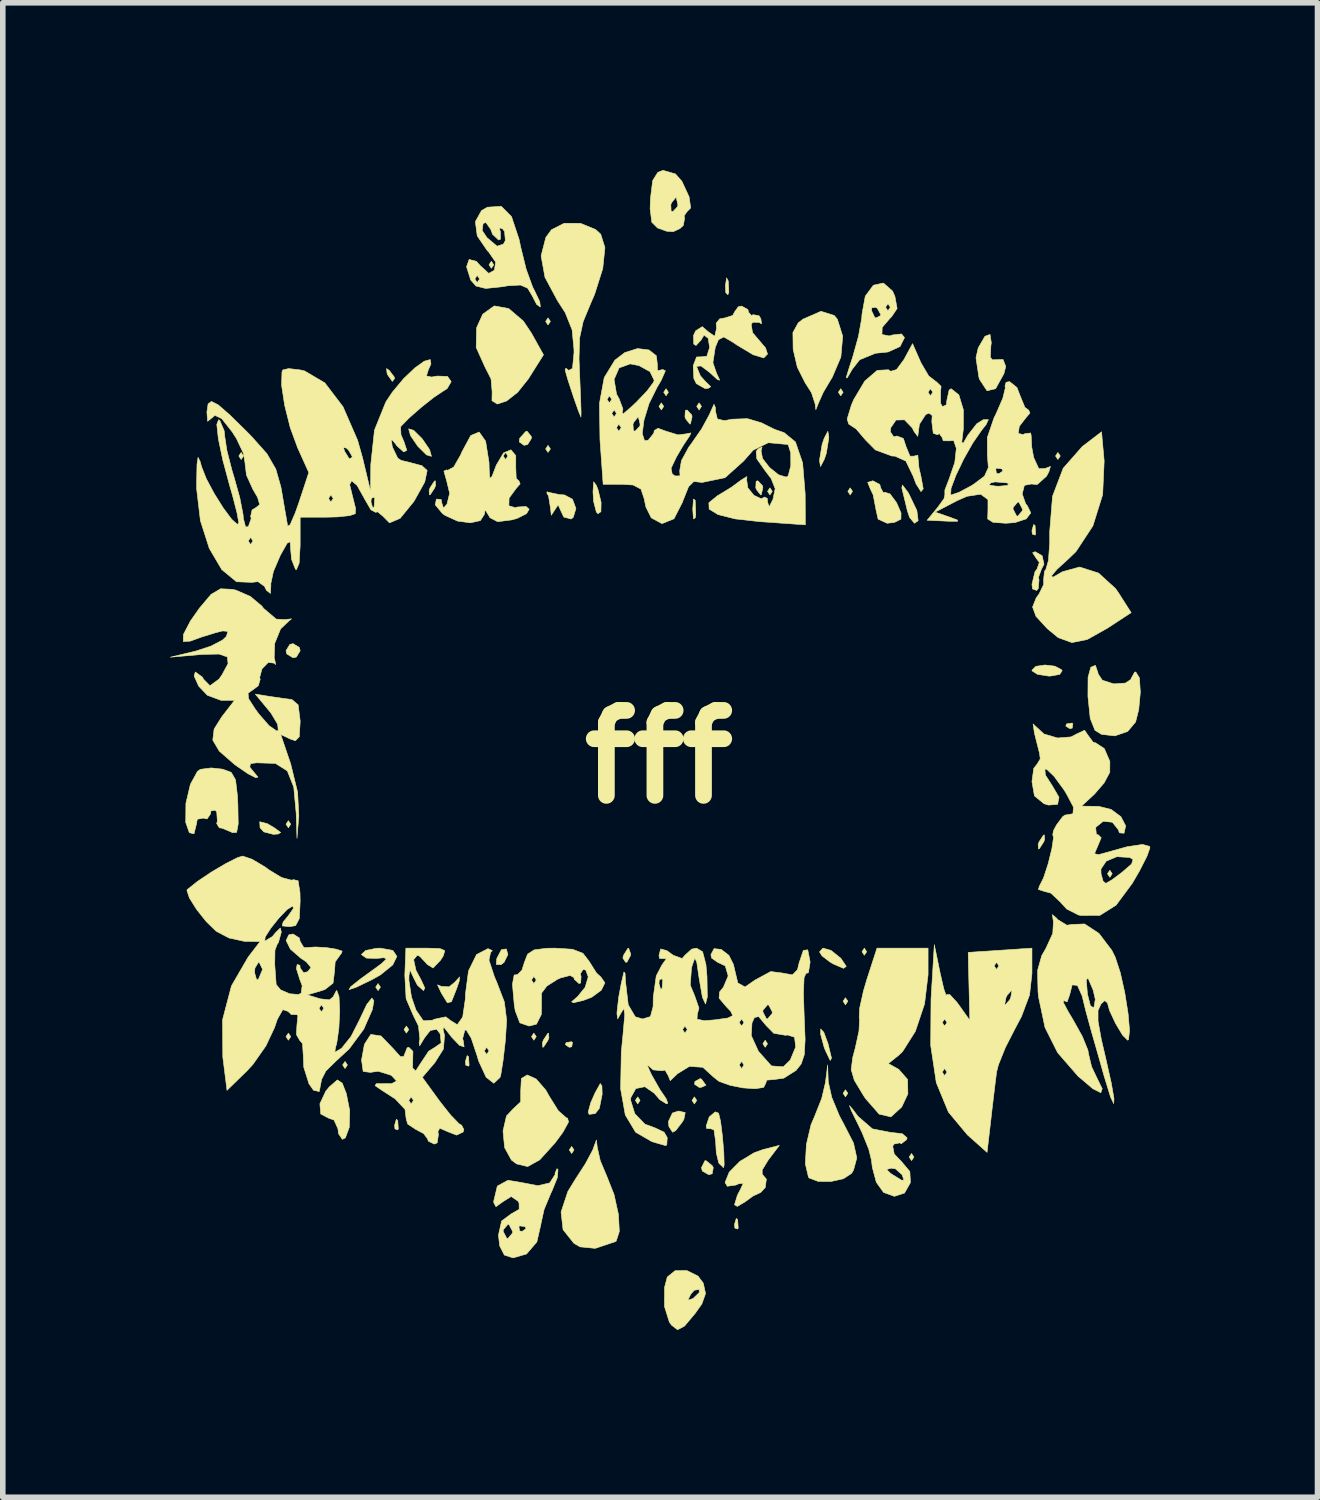
<source format=kicad_pcb>
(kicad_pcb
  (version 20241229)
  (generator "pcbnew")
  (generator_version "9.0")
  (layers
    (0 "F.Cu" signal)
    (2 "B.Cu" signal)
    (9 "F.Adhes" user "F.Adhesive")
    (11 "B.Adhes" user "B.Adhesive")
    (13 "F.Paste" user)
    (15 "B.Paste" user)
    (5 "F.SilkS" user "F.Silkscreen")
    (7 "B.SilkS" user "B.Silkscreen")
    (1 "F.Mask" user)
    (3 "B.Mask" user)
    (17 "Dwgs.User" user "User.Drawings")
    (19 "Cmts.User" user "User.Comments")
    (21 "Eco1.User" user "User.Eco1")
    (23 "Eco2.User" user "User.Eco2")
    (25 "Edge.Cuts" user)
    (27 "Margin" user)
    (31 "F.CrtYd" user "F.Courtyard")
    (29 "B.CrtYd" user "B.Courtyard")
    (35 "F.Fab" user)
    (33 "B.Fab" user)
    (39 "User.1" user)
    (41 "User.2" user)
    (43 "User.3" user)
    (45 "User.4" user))
  (footprint "fff"
    (layer "F.Cu")
    (at 8.768 10.525)
    (property "Reference" "fff" (at 0 0 0) (layer "F.SilkS") (effects (font (size 1.524 1.524) (thickness 0.3))))
    (attr through_hole)
    (fp_poly (pts (xy -7.451 -5.397) (xy -7.493 -5.334) (xy -7.535 -5.397) (xy -7.493 -5.461) (xy -7.451 -5.397)) (stroke (width 0.01) (type solid)) (fill yes) (layer "F.SilkS"))
    (fp_poly (pts (xy -6.604 1.206) (xy -6.646 1.27) (xy -6.689 1.206) (xy -6.646 1.143) (xy -6.604 1.206)) (stroke (width 0.01) (type solid)) (fill yes) (layer "F.SilkS"))
    (fp_poly (pts (xy -6.604 5.016) (xy -6.646 5.08) (xy -6.689 5.016) (xy -6.646 4.953) (xy -6.604 5.016)) (stroke (width 0.01) (type solid)) (fill yes) (layer "F.SilkS"))
    (fp_poly (pts (xy -5.588 5.524) (xy -5.63 5.588) (xy -5.673 5.524) (xy -5.63 5.461) (xy -5.588 5.524)) (stroke (width 0.01) (type solid)) (fill yes) (layer "F.SilkS"))
    (fp_poly (pts (xy -4.995 4.128) (xy -5.038 4.191) (xy -5.08 4.128) (xy -5.038 4.064) (xy -4.995 4.128)) (stroke (width 0.01) (type solid)) (fill yes) (layer "F.SilkS"))
    (fp_poly (pts (xy -4.487 4.889) (xy -4.53 4.953) (xy -4.572 4.889) (xy -4.53 4.826) (xy -4.487 4.889)) (stroke (width 0.01) (type solid)) (fill yes) (layer "F.SilkS"))
    (fp_poly (pts (xy -2.963 -8.826) (xy -3.006 -8.763) (xy -3.048 -8.826) (xy -3.006 -8.89) (xy -2.963 -8.826)) (stroke (width 0.01) (type solid)) (fill yes) (layer "F.SilkS"))
    (fp_poly (pts (xy -2.201 5.016) (xy -2.244 5.08) (xy -2.286 5.016) (xy -2.244 4.953) (xy -2.201 5.016)) (stroke (width 0.01) (type solid)) (fill yes) (layer "F.SilkS"))
    (fp_poly (pts (xy -1.947 -7.811) (xy -1.99 -7.747) (xy -2.032 -7.811) (xy -1.99 -7.874) (xy -1.947 -7.811)) (stroke (width 0.01) (type solid)) (fill yes) (layer "F.SilkS"))
    (fp_poly (pts (xy -1.947 -5.524) (xy -1.99 -5.461) (xy -2.032 -5.524) (xy -1.99 -5.588) (xy -1.947 -5.524)) (stroke (width 0.01) (type solid)) (fill yes) (layer "F.SilkS"))
    (fp_poly (pts (xy -1.524 7.048) (xy -1.566 7.112) (xy -1.609 7.048) (xy -1.566 6.985) (xy -1.524 7.048)) (stroke (width 0.01) (type solid)) (fill yes) (layer "F.SilkS"))
    (fp_poly (pts (xy -0.339 6.16) (xy -0.381 6.223) (xy -0.423 6.16) (xy -0.381 6.096) (xy -0.339 6.16)) (stroke (width 0.01) (type solid)) (fill yes) (layer "F.SilkS"))
    (fp_poly (pts (xy 0.085 -6.287) (xy 0.042 -6.223) (xy 0 -6.287) (xy 0.042 -6.35) (xy 0.085 -6.287)) (stroke (width 0.01) (type solid)) (fill yes) (layer "F.SilkS"))
    (fp_poly (pts (xy 0.169 -6.54) (xy 0.127 -6.477) (xy 0.085 -6.54) (xy 0.127 -6.604) (xy 0.169 -6.54)) (stroke (width 0.01) (type solid)) (fill yes) (layer "F.SilkS"))
    (fp_poly (pts (xy 0.677 6.16) (xy 0.635 6.223) (xy 0.593 6.16) (xy 0.635 6.096) (xy 0.677 6.16)) (stroke (width 0.01) (type solid)) (fill yes) (layer "F.SilkS"))
    (fp_poly (pts (xy 0.762 -6.287) (xy 0.72 -6.223) (xy 0.677 -6.287) (xy 0.72 -6.35) (xy 0.762 -6.287)) (stroke (width 0.01) (type solid)) (fill yes) (layer "F.SilkS"))
    (fp_poly (pts (xy 1.947 5.144) (xy 1.905 5.207) (xy 1.863 5.144) (xy 1.905 5.08) (xy 1.947 5.144)) (stroke (width 0.01) (type solid)) (fill yes) (layer "F.SilkS"))
    (fp_poly (pts (xy 2.032 -4.763) (xy 1.99 -4.699) (xy 1.947 -4.763) (xy 1.99 -4.826) (xy 2.032 -4.763)) (stroke (width 0.01) (type solid)) (fill yes) (layer "F.SilkS"))
    (fp_poly (pts (xy 3.302 -6.54) (xy 3.26 -6.477) (xy 3.217 -6.54) (xy 3.26 -6.604) (xy 3.302 -6.54)) (stroke (width 0.01) (type solid)) (fill yes) (layer "F.SilkS"))
    (fp_poly (pts (xy 3.387 4.381) (xy 3.344 4.445) (xy 3.302 4.381) (xy 3.344 4.318) (xy 3.387 4.381)) (stroke (width 0.01) (type solid)) (fill yes) (layer "F.SilkS"))
    (fp_poly (pts (xy 3.387 6.032) (xy 3.344 6.096) (xy 3.302 6.032) (xy 3.344 5.969) (xy 3.387 6.032)) (stroke (width 0.01) (type solid)) (fill yes) (layer "F.SilkS"))
    (fp_poly (pts (xy 3.471 -4.763) (xy 3.429 -4.699) (xy 3.387 -4.763) (xy 3.429 -4.826) (xy 3.471 -4.763)) (stroke (width 0.01) (type solid)) (fill yes) (layer "F.SilkS"))
    (fp_poly (pts (xy 3.725 3.493) (xy 3.683 3.556) (xy 3.641 3.493) (xy 3.683 3.429) (xy 3.725 3.493)) (stroke (width 0.01) (type solid)) (fill yes) (layer "F.SilkS"))
    (fp_poly (pts (xy 4.572 7.176) (xy 4.53 7.239) (xy 4.487 7.176) (xy 4.53 7.112) (xy 4.572 7.176)) (stroke (width 0.01) (type solid)) (fill yes) (layer "F.SilkS"))
    (fp_poly (pts (xy 7.197 -5.397) (xy 7.154 -5.334) (xy 7.112 -5.397) (xy 7.154 -5.461) (xy 7.197 -5.397)) (stroke (width 0.01) (type solid)) (fill yes) (layer "F.SilkS"))
    (fp_poly (pts (xy 8.128 2.095) (xy 8.086 2.159) (xy 8.043 2.095) (xy 8.086 2.032) (xy 8.128 2.095)) (stroke (width 0.01) (type solid)) (fill yes) (layer "F.SilkS"))
    (fp_poly (pts (xy -4.685 6.519) (xy -4.675 6.67) (xy -4.685 6.689) (xy -4.735 6.671) (xy -4.741 6.604) (xy -4.71 6.499) (xy -4.685 6.519)) (stroke (width 0.01) (type solid)) (fill yes) (layer "F.SilkS"))
    (fp_poly (pts (xy -3.415 5.376) (xy -3.405 5.527) (xy -3.415 5.546) (xy -3.465 5.528) (xy -3.471 5.461) (xy -3.44 5.356) (xy -3.415 5.376)) (stroke (width 0.01) (type solid)) (fill yes) (layer "F.SilkS"))
    (fp_poly (pts (xy -1.552 5.122) (xy -1.564 5.198) (xy -1.609 5.207) (xy -1.678 5.161) (xy -1.665 5.122) (xy -1.565 5.107) (xy -1.552 5.122)) (stroke (width 0.01) (type solid)) (fill yes) (layer "F.SilkS"))
    (fp_poly (pts (xy 0.649 -4.604) (xy 0.66 -4.344) (xy 0.649 -4.286) (xy 0.618 -4.27) (xy 0.606 -4.445) (xy 0.619 -4.625) (xy 0.649 -4.604)) (stroke (width 0.01) (type solid)) (fill yes) (layer "F.SilkS"))
    (fp_poly (pts (xy 1.243 -8.533) (xy 1.253 -8.334) (xy 1.236 -8.289) (xy 1.198 -8.327) (xy 1.192 -8.456) (xy 1.213 -8.592) (xy 1.243 -8.533)) (stroke (width 0.01) (type solid)) (fill yes) (layer "F.SilkS"))
    (fp_poly (pts (xy 1.411 8.297) (xy 1.421 8.448) (xy 1.411 8.467) (xy 1.361 8.449) (xy 1.355 8.382) (xy 1.386 8.277) (xy 1.411 8.297)) (stroke (width 0.01) (type solid)) (fill yes) (layer "F.SilkS"))
    (fp_poly (pts (xy 6.745 -4.149) (xy 6.755 -3.998) (xy 6.745 -3.979) (xy 6.695 -3.997) (xy 6.689 -4.064) (xy 6.72 -4.169) (xy 6.745 -4.149)) (stroke (width 0.01) (type solid)) (fill yes) (layer "F.SilkS"))
    (fp_poly (pts (xy 7.422 -0.593) (xy 7.411 -0.517) (xy 7.366 -0.508) (xy 7.296 -0.554) (xy 7.31 -0.593) (xy 7.41 -0.608) (xy 7.422 -0.593)) (stroke (width 0.01) (type solid)) (fill yes) (layer "F.SilkS"))
    (fp_poly (pts (xy -4.839 -6.934) (xy -4.749 -6.816) (xy -4.741 -6.787) (xy -4.782 -6.735) (xy -4.865 -6.852) (xy -4.876 -6.878) (xy -4.886 -6.965) (xy -4.839 -6.934)) (stroke (width 0.01) (type solid)) (fill yes) (layer "F.SilkS"))
    (fp_poly (pts (xy -2.709 3.542) (xy -2.777 3.682) (xy -2.832 3.726) (xy -2.918 3.721) (xy -2.908 3.613) (xy -2.826 3.457) (xy -2.738 3.443) (xy -2.709 3.542)) (stroke (width 0.01) (type solid)) (fill yes) (layer "F.SilkS"))
    (fp_poly (pts (xy 0.768 5.784) (xy 0.842 5.888) (xy 0.755 5.926) (xy 0.723 5.927) (xy 0.638 5.871) (xy 0.645 5.819) (xy 0.743 5.767) (xy 0.768 5.784)) (stroke (width 0.01) (type solid)) (fill yes) (layer "F.SilkS"))
    (fp_poly (pts (xy -7.027 1.195) (xy -6.9 1.27) (xy -6.784 1.354) (xy -6.829 1.382) (xy -6.917 1.388) (xy -7.087 1.344) (xy -7.154 1.27) (xy -7.16 1.162) (xy -7.027 1.195)) (stroke (width 0.01) (type solid)) (fill yes) (layer "F.SilkS"))
    (fp_poly (pts (xy -6.449 -1.963) (xy -6.435 -1.905) (xy -6.503 -1.792) (xy -6.562 -1.778) (xy -6.674 -1.847) (xy -6.689 -1.905) (xy -6.62 -2.018) (xy -6.562 -2.032) (xy -6.449 -1.963)) (stroke (width 0.01) (type solid)) (fill yes) (layer "F.SilkS"))
    (fp_poly (pts (xy -4.006 -4.871) (xy -4.022 -4.826) (xy -4.101 -4.705) (xy -4.116 -4.699) (xy -4.122 -4.781) (xy -4.106 -4.826) (xy -4.027 -4.947) (xy -4.012 -4.953) (xy -4.006 -4.871)) (stroke (width 0.01) (type solid)) (fill yes) (layer "F.SilkS"))
    (fp_poly (pts (xy -2.288 -5.745) (xy -2.286 -5.715) (xy -2.355 -5.604) (xy -2.418 -5.588) (xy -2.506 -5.65) (xy -2.498 -5.715) (xy -2.389 -5.837) (xy -2.366 -5.842) (xy -2.288 -5.745)) (stroke (width 0.01) (type solid)) (fill yes) (layer "F.SilkS"))
    (fp_poly (pts (xy -1.974 5.035) (xy -1.99 5.08) (xy -2.069 5.201) (xy -2.084 5.207) (xy -2.09 5.125) (xy -2.074 5.08) (xy -1.995 4.959) (xy -1.98 4.953) (xy -1.974 5.035)) (stroke (width 0.01) (type solid)) (fill yes) (layer "F.SilkS"))
    (fp_poly (pts (xy -0.509 3.527) (xy -0.508 3.556) (xy -0.573 3.678) (xy -0.598 3.683) (xy -0.648 3.605) (xy -0.635 3.556) (xy -0.559 3.435) (xy -0.545 3.429) (xy -0.509 3.527)) (stroke (width 0.01) (type solid)) (fill yes) (layer "F.SilkS"))
    (fp_poly (pts (xy 0.589 -6.131) (xy 0.593 -6.096) (xy 0.564 -5.972) (xy 0.555 -5.969) (xy 0.483 -6.058) (xy 0.466 -6.096) (xy 0.472 -6.213) (xy 0.503 -6.223) (xy 0.589 -6.131)) (stroke (width 0.01) (type solid)) (fill yes) (layer "F.SilkS"))
    (fp_poly (pts (xy 0.956 7.331) (xy 0.974 7.366) (xy 0.954 7.475) (xy 0.894 7.493) (xy 0.778 7.427) (xy 0.762 7.366) (xy 0.823 7.243) (xy 0.842 7.239) (xy 0.956 7.331)) (stroke (width 0.01) (type solid)) (fill yes) (layer "F.SilkS"))
    (fp_poly (pts (xy 1.859 -4.861) (xy 1.863 -4.826) (xy 1.834 -4.702) (xy 1.825 -4.699) (xy 1.753 -4.788) (xy 1.736 -4.826) (xy 1.742 -4.943) (xy 1.773 -4.953) (xy 1.859 -4.861)) (stroke (width 0.01) (type solid)) (fill yes) (layer "F.SilkS"))
    (fp_poly (pts (xy 2.956 4.938) (xy 3.032 5.143) (xy 3.094 5.401) (xy 3.071 5.444) (xy 2.982 5.258) (xy 2.959 5.196) (xy 2.899 4.972) (xy 2.9 4.878) (xy 2.956 4.938)) (stroke (width 0.01) (type solid)) (fill yes) (layer "F.SilkS"))
    (fp_poly (pts (xy 6.916 1.479) (xy 6.9 1.524) (xy 6.821 1.645) (xy 6.806 1.651) (xy 6.8 1.569) (xy 6.816 1.524) (xy 6.895 1.403) (xy 6.91 1.397) (xy 6.916 1.479)) (stroke (width 0.01) (type solid)) (fill yes) (layer "F.SilkS"))
    (fp_poly (pts (xy -1.126 -4.875) (xy -1.092 -4.789) (xy -1.038 -4.568) (xy -1.041 -4.398) (xy -1.095 -4.362) (xy -1.124 -4.395) (xy -1.173 -4.586) (xy -1.183 -4.752) (xy -1.172 -4.934) (xy -1.126 -4.875)) (stroke (width 0.01) (type solid)) (fill yes) (layer "F.SilkS"))
    (fp_poly (pts (xy -1.023 5.9) (xy -1.019 6.051) (xy -1.069 6.301) (xy -1.143 6.396) (xy -1.252 6.41) (xy -1.27 6.37) (xy -1.224 6.202) (xy -1.146 6.025) (xy -1.053 5.857) (xy -1.023 5.9)) (stroke (width 0.01) (type solid)) (fill yes) (layer "F.SilkS"))
    (fp_poly (pts (xy 0.471 6.378) (xy 0.447 6.496) (xy 0.423 6.54) (xy 0.301 6.7) (xy 0.244 6.731) (xy 0.178 6.628) (xy 0.169 6.54) (xy 0.241 6.386) (xy 0.349 6.35) (xy 0.471 6.378)) (stroke (width 0.01) (type solid)) (fill yes) (layer "F.SilkS"))
    (fp_poly (pts (xy 3.045 -5.747) (xy 3.045 -5.715) (xy 3.001 -5.443) (xy 2.963 -5.334) (xy 2.897 -5.208) (xy 2.881 -5.302) (xy 2.881 -5.334) (xy 2.926 -5.606) (xy 2.963 -5.715) (xy 3.029 -5.841) (xy 3.045 -5.747)) (stroke (width 0.01) (type solid)) (fill yes) (layer "F.SilkS"))
    (fp_poly (pts (xy 3.088 3.471) (xy 3.257 3.607) (xy 3.265 3.615) (xy 3.359 3.756) (xy 3.31 3.791) (xy 3.133 3.716) (xy 3.069 3.679) (xy 2.923 3.567) (xy 2.879 3.497) (xy 2.941 3.428) (xy 3.088 3.471)) (stroke (width 0.01) (type solid)) (fill yes) (layer "F.SilkS"))
    (fp_poly (pts (xy 4.461 -4.752) (xy 4.482 -4.717) (xy 4.625 -4.42) (xy 4.648 -4.237) (xy 4.582 -4.191) (xy 4.495 -4.294) (xy 4.455 -4.413) (xy 4.382 -4.715) (xy 4.355 -4.826) (xy 4.367 -4.876) (xy 4.461 -4.752)) (stroke (width 0.01) (type solid)) (fill yes) (layer "F.SilkS"))
    (fp_poly (pts (xy 7.1 -1.628) (xy 7.22 -1.564) (xy 7.23 -1.546) (xy 7.186 -1.48) (xy 7.023 -1.451) (xy 6.981 -1.451) (xy 6.787 -1.482) (xy 6.691 -1.544) (xy 6.689 -1.556) (xy 6.759 -1.625) (xy 6.921 -1.649) (xy 7.1 -1.628)) (stroke (width 0.01) (type solid)) (fill yes) (layer "F.SilkS"))
    (fp_poly (pts (xy -4.4 -5.858) (xy -4.248 -5.708) (xy -4.243 -5.701) (xy -4.114 -5.512) (xy -4.081 -5.394) (xy -4.082 -5.391) (xy -4.169 -5.417) (xy -4.321 -5.567) (xy -4.327 -5.574) (xy -4.456 -5.763) (xy -4.489 -5.881) (xy -4.487 -5.884) (xy -4.4 -5.858)) (stroke (width 0.01) (type solid)) (fill yes) (layer "F.SilkS"))
    (fp_poly (pts (xy -3.583 4.022) (xy -3.63 4.159) (xy -3.722 4.39) (xy -3.795 4.409) (xy -3.905 4.231) (xy -3.905 4.23) (xy -3.972 4.087) (xy -3.92 4.107) (xy -3.912 4.114) (xy -3.764 4.123) (xy -3.665 4.043) (xy -3.575 3.945) (xy -3.583 4.022)) (stroke (width 0.01) (type solid)) (fill yes) (layer "F.SilkS"))
    (fp_poly (pts (xy -5.68 5.851) (xy -5.607 6.038) (xy -5.546 6.345) (xy -5.554 6.641) (xy -5.624 6.831) (xy -5.678 6.858) (xy -5.748 6.755) (xy -5.757 6.668) (xy -5.828 6.512) (xy -5.927 6.477) (xy -6.066 6.403) (xy -6.081 6.22) (xy -5.975 5.993) (xy -5.908 5.913) (xy -5.767 5.792) (xy -5.68 5.851)) (stroke (width 0.01) (type solid)) (fill yes) (layer "F.SilkS"))
    (fp_poly (pts (xy 5.96 -7.429) (xy 5.952 -7.368) (xy 5.943 -7.167) (xy 5.979 -7.122) (xy 6.17 -7.129) (xy 6.219 -7.003) (xy 6.186 -6.873) (xy 6.037 -6.604) (xy 5.883 -6.567) (xy 5.751 -6.768) (xy 5.738 -6.807) (xy 5.685 -7.158) (xy 5.726 -7.337) (xy 5.847 -7.545) (xy 5.937 -7.577) (xy 5.96 -7.429)) (stroke (width 0.01) (type solid)) (fill yes) (layer "F.SilkS"))
    (fp_poly (pts (xy 6.872 -3.608) (xy 6.905 -3.457) (xy 6.858 -3.365) (xy 6.805 -3.219) (xy 6.816 -3.175) (xy 6.802 -3.02) (xy 6.775 -2.986) (xy 6.7 -3.012) (xy 6.689 -3.097) (xy 6.744 -3.322) (xy 6.782 -3.374) (xy 6.821 -3.489) (xy 6.761 -3.57) (xy 6.701 -3.663) (xy 6.747 -3.681) (xy 6.872 -3.608)) (stroke (width 0.01) (type solid)) (fill yes) (layer "F.SilkS"))
    (fp_poly (pts (xy -2.696 -8.042) (xy -2.432 -7.817) (xy -2.29 -7.605) (xy -2.071 -7.212) (xy -2.342 -6.781) (xy -2.535 -6.539) (xy -2.733 -6.384) (xy -2.899 -6.329) (xy -2.995 -6.389) (xy -2.992 -6.548) (xy -3.012 -6.78) (xy -3.122 -6.997) (xy -3.278 -7.343) (xy -3.271 -7.696) (xy -3.161 -7.94) (xy -2.954 -8.089) (xy -2.696 -8.042)) (stroke (width 0.01) (type solid)) (fill yes) (layer "F.SilkS"))
    (fp_poly (pts (xy -1.962 -4.742) (xy -1.779 -4.704) (xy -1.695 -4.699) (xy -1.551 -4.622) (xy -1.489 -4.456) (xy -1.537 -4.298) (xy -1.575 -4.267) (xy -1.707 -4.302) (xy -1.751 -4.394) (xy -1.808 -4.521) (xy -1.873 -4.424) (xy -1.931 -4.335) (xy -1.946 -4.466) (xy -1.98 -4.679) (xy -2.011 -4.731) (xy -2.007 -4.755) (xy -1.962 -4.742)) (stroke (width 0.01) (type solid)) (fill yes) (layer "F.SilkS"))
    (fp_poly (pts (xy 1.069 6.388) (xy 1.104 6.532) (xy 1.138 6.803) (xy 1.163 7.098) (xy 1.169 7.315) (xy 1.158 7.366) (xy 1.081 7.293) (xy 1.072 7.281) (xy 1.028 7.1) (xy 1.016 6.893) (xy 0.987 6.69) (xy 0.931 6.668) (xy 0.853 6.662) (xy 0.847 6.619) (xy 0.901 6.456) (xy 1.009 6.365) (xy 1.069 6.388)) (stroke (width 0.01) (type solid)) (fill yes) (layer "F.SilkS"))
    (fp_poly (pts (xy 3.959 -4.888) (xy 3.979 -4.819) (xy 4.026 -4.735) (xy 4.049 -4.748) (xy 4.144 -4.717) (xy 4.26 -4.561) (xy 4.341 -4.376) (xy 4.339 -4.265) (xy 4.224 -4.207) (xy 4.092 -4.191) (xy 3.93 -4.265) (xy 3.895 -4.42) (xy 3.841 -4.701) (xy 3.793 -4.801) (xy 3.743 -4.924) (xy 3.835 -4.953) (xy 3.959 -4.888)) (stroke (width 0.01) (type solid)) (fill yes) (layer "F.SilkS"))
    (fp_poly (pts (xy -1.107 7) (xy -1.053 7.241) (xy -0.935 7.521) (xy -0.805 7.85) (xy -0.727 8.206) (xy -0.711 8.51) (xy -0.767 8.682) (xy -0.782 8.692) (xy -1.143 8.813) (xy -1.415 8.786) (xy -1.525 8.723) (xy -1.72 8.478) (xy -1.756 8.162) (xy -1.634 7.793) (xy -1.501 7.576) (xy -1.317 7.291) (xy -1.188 7.05) (xy -1.163 6.98) (xy -1.122 6.87) (xy -1.107 7)) (stroke (width 0.01) (type solid)) (fill yes) (layer "F.SilkS"))
    (fp_poly (pts (xy 3.144 -7.917) (xy 3.2 -7.849) (xy 3.295 -7.545) (xy 3.262 -7.171) (xy 3.108 -6.81) (xy 3.099 -6.796) (xy 2.946 -6.538) (xy 2.854 -6.332) (xy 2.852 -6.325) (xy 2.813 -6.227) (xy 2.801 -6.33) (xy 2.735 -6.533) (xy 2.621 -6.711) (xy 2.481 -6.99) (xy 2.406 -7.312) (xy 2.402 -7.611) (xy 2.497 -7.784) (xy 2.584 -7.852) (xy 2.905 -7.992) (xy 3.144 -7.917)) (stroke (width 0.01) (type solid)) (fill yes) (layer "F.SilkS"))
    (fp_poly (pts (xy -4.773 3.47) (xy -4.7 3.577) (xy -4.775 3.73) (xy -4.992 3.906) (xy -5.144 3.992) (xy -5.429 4.13) (xy -5.558 4.173) (xy -5.529 4.121) (xy -5.343 3.974) (xy -5.207 3.876) (xy -4.977 3.708) (xy -4.889 3.624) (xy -4.931 3.6) (xy -5.059 3.613) (xy -5.245 3.608) (xy -5.333 3.548) (xy -5.334 3.539) (xy -5.259 3.47) (xy -5.071 3.432) (xy -4.998 3.429) (xy -4.773 3.47)) (stroke (width 0.01) (type solid)) (fill yes) (layer "F.SilkS"))
    (fp_poly (pts (xy 3.036 5.825) (xy 3.098 6.104) (xy 3.239 6.444) (xy 3.302 6.56) (xy 3.489 6.925) (xy 3.548 7.191) (xy 3.489 7.41) (xy 3.454 7.468) (xy 3.31 7.563) (xy 3.084 7.614) (xy 2.854 7.612) (xy 2.695 7.552) (xy 2.681 7.535) (xy 2.625 7.298) (xy 2.644 6.949) (xy 2.727 6.595) (xy 2.786 6.458) (xy 2.918 6.126) (xy 2.986 5.838) (xy 3.025 5.524) (xy 3.036 5.825)) (stroke (width 0.01) (type solid)) (fill yes) (layer "F.SilkS"))
    (fp_poly (pts (xy -2.203 5.775) (xy -2.03 5.974) (xy -1.961 6.096) (xy -1.804 6.347) (xy -1.66 6.473) (xy -1.64 6.477) (xy -1.621 6.546) (xy -1.723 6.732) (xy -1.863 6.921) (xy -2.139 7.226) (xy -2.355 7.346) (xy -2.552 7.299) (xy -2.646 7.229) (xy -2.768 7.007) (xy -2.797 6.709) (xy -2.735 6.439) (xy -2.613 6.309) (xy -2.48 6.185) (xy -2.479 5.977) (xy -2.468 5.767) (xy -2.363 5.703) (xy -2.203 5.775)) (stroke (width 0.01) (type solid)) (fill yes) (layer "F.SilkS"))
    (fp_poly (pts (xy 7.874 -1.506) (xy 7.874 -1.492) (xy 7.951 -1.376) (xy 8.147 -1.313) (xy 8.171 -1.311) (xy 8.366 -1.325) (xy 8.464 -1.391) (xy 8.467 -1.406) (xy 8.531 -1.521) (xy 8.551 -1.524) (xy 8.616 -1.418) (xy 8.633 -1.162) (xy 8.604 -0.85) (xy 8.548 -0.627) (xy 8.405 -0.457) (xy 8.176 -0.378) (xy 7.937 -0.405) (xy 7.819 -0.478) (xy 7.734 -0.691) (xy 7.693 -1.086) (xy 7.695 -1.429) (xy 7.745 -1.609) (xy 7.827 -1.643) (xy 7.874 -1.506)) (stroke (width 0.01) (type solid)) (fill yes) (layer "F.SilkS"))
    (fp_poly (pts (xy 0.7 9.31) (xy 0.795 9.437) (xy 0.835 9.624) (xy 0.769 9.81) (xy 0.651 9.977) (xy 0.458 10.207) (xy 0.333 10.273) (xy 0.225 10.19) (xy 0.186 10.135) (xy 0.099 9.857) (xy 0.099 9.743) (xy 0.517 9.743) (xy 0.601 9.716) (xy 0.617 9.707) (xy 0.721 9.607) (xy 0.722 9.55) (xy 0.632 9.564) (xy 0.57 9.636) (xy 0.517 9.743) (xy 0.099 9.743) (xy 0.1 9.512) (xy 0.149 9.327) (xy 0.291 9.212) (xy 0.5 9.211) (xy 0.7 9.31)) (stroke (width 0.01) (type solid)) (fill yes) (layer "F.SilkS"))
    (fp_poly (pts (xy 1.959 7.23) (xy 1.851 7.407) (xy 1.852 7.492) (xy 1.86 7.493) (xy 1.926 7.572) (xy 1.906 7.722) (xy 1.821 7.814) (xy 1.813 7.815) (xy 1.686 7.875) (xy 1.545 7.978) (xy 1.405 8.061) (xy 1.355 8.031) (xy 1.407 7.858) (xy 1.46 7.758) (xy 1.512 7.647) (xy 1.431 7.654) (xy 1.376 7.678) (xy 1.225 7.699) (xy 1.185 7.631) (xy 1.26 7.446) (xy 1.451 7.253) (xy 1.709 7.097) (xy 1.867 7.041) (xy 2.159 6.966) (xy 1.959 7.23)) (stroke (width 0.01) (type solid)) (fill yes) (layer "F.SilkS"))
    (fp_poly (pts (xy 4.826 3.905) (xy 4.763 4.429) (xy 4.598 4.921) (xy 4.368 5.285) (xy 4.305 5.345) (xy 4.113 5.499) (xy 4.3 5.603) (xy 4.459 5.784) (xy 4.464 6.042) (xy 4.354 6.277) (xy 4.16 6.455) (xy 3.949 6.406) (xy 3.703 6.125) (xy 3.663 6.064) (xy 3.503 5.798) (xy 3.447 5.607) (xy 3.475 5.389) (xy 3.519 5.226) (xy 3.587 4.915) (xy 3.597 4.702) (xy 3.591 4.682) (xy 3.598 4.509) (xy 3.667 4.198) (xy 3.726 3.997) (xy 3.91 3.429) (xy 4.826 3.429) (xy 4.826 3.905)) (stroke (width 0.01) (type solid)) (fill yes) (layer "F.SilkS"))
    (fp_poly (pts (xy -7.827 0.219) (xy -7.672 0.276) (xy -7.594 0.409) (xy -7.56 0.693) (xy -7.552 0.851) (xy -7.546 1.202) (xy -7.574 1.353) (xy -7.65 1.358) (xy -7.665 1.349) (xy -7.831 1.279) (xy -7.886 1.27) (xy -7.932 1.193) (xy -7.92 1.152) (xy -7.931 0.989) (xy -7.957 0.954) (xy -8.036 0.969) (xy -8.043 1.022) (xy -8.105 1.113) (xy -8.17 1.097) (xy -8.28 1.117) (xy -8.297 1.21) (xy -8.339 1.379) (xy -8.423 1.358) (xy -8.487 1.175) (xy -8.484 0.832) (xy -8.404 0.492) (xy -8.277 0.259) (xy -8.224 0.222) (xy -8.032 0.197) (xy -7.827 0.219)) (stroke (width 0.01) (type solid)) (fill yes) (layer "F.SilkS"))
    (fp_poly (pts (xy 0.295 -10.456) (xy 0.411 -10.324) (xy 0.54 -10.046) (xy 0.569 -9.846) (xy 0.503 -9.779) (xy 0.45 -9.703) (xy 0.46 -9.665) (xy 0.437 -9.532) (xy 0.374 -9.475) (xy 0.255 -9.42) (xy 0.138 -9.428) (xy -0.026 -9.487) (xy -0.129 -9.59) (xy -0.159 -9.834) (xy -0.156 -9.906) (xy 0.212 -9.906) (xy 0.218 -9.789) (xy 0.249 -9.779) (xy 0.335 -9.871) (xy 0.339 -9.906) (xy 0.31 -10.03) (xy 0.301 -10.033) (xy 0.229 -9.944) (xy 0.212 -9.906) (xy -0.156 -9.906) (xy -0.153 -10.012) (xy -0.113 -10.336) (xy -0.021 -10.484) (xy 0.072 -10.52) (xy 0.295 -10.456)) (stroke (width 0.01) (type solid)) (fill yes) (layer "F.SilkS"))
    (fp_poly (pts (xy -1.408 -9.57) (xy -1.137 -9.459) (xy -1.045 -9.376) (xy -0.969 -9.134) (xy -1.008 -8.759) (xy -1.154 -8.297) (xy -1.226 -8.131) (xy -1.36 -7.807) (xy -1.423 -7.515) (xy -1.434 -7.146) (xy -1.423 -6.861) (xy -1.406 -6.458) (xy -1.397 -6.181) (xy -1.399 -6.096) (xy -1.441 -6.196) (xy -1.526 -6.436) (xy -1.529 -6.445) (xy -1.64 -6.784) (xy -1.684 -6.943) (xy -1.668 -6.972) (xy -1.62 -6.932) (xy -1.551 -6.967) (xy -1.524 -7.245) (xy -1.524 -7.304) (xy -1.558 -7.66) (xy -1.682 -7.969) (xy -1.82 -8.183) (xy -2.044 -8.6) (xy -2.114 -8.986) (xy -2.029 -9.317) (xy -1.928 -9.455) (xy -1.7 -9.571) (xy -1.408 -9.57)) (stroke (width 0.01) (type solid)) (fill yes) (layer "F.SilkS"))
    (fp_poly (pts (xy 7.984 -5.306) (xy 7.957 -4.704) (xy 7.782 -4.144) (xy 7.479 -3.683) (xy 7.345 -3.554) (xy 7.134 -3.361) (xy 7.038 -3.245) (xy 7.066 -3.223) (xy 7.228 -3.317) (xy 7.233 -3.321) (xy 7.543 -3.406) (xy 7.882 -3.298) (xy 8.186 -3.022) (xy 8.241 -2.944) (xy 8.468 -2.588) (xy 8.043 -2.31) (xy 7.682 -2.107) (xy 7.405 -2.051) (xy 7.159 -2.14) (xy 6.964 -2.301) (xy 6.761 -2.522) (xy 6.7 -2.689) (xy 6.766 -2.855) (xy 6.815 -2.92) (xy 6.9 -3.095) (xy 6.898 -3.181) (xy 6.914 -3.331) (xy 6.938 -3.361) (xy 6.985 -3.524) (xy 7.008 -3.847) (xy 7.007 -4.037) (xy 7.058 -4.675) (xy 7.249 -5.177) (xy 7.589 -5.564) (xy 7.622 -5.59) (xy 7.937 -5.831) (xy 7.984 -5.306)) (stroke (width 0.01) (type solid)) (fill yes) (layer "F.SilkS"))
    (fp_poly (pts (xy 3.479 6.325) (xy 3.568 6.445) (xy 3.827 6.67) (xy 4.138 6.731) (xy 4.363 6.757) (xy 4.449 6.829) (xy 4.444 6.86) (xy 4.346 6.937) (xy 4.318 6.921) (xy 4.215 6.943) (xy 4.192 6.982) (xy 4.219 7.121) (xy 4.345 7.252) (xy 4.499 7.435) (xy 4.51 7.633) (xy 4.404 7.821) (xy 4.221 7.88) (xy 4.028 7.81) (xy 3.898 7.628) (xy 3.836 7.398) (xy 4.082 7.398) (xy 4.152 7.467) (xy 4.191 7.493) (xy 4.351 7.591) (xy 4.393 7.588) (xy 4.36 7.493) (xy 4.24 7.386) (xy 4.165 7.375) (xy 4.082 7.398) (xy 3.836 7.398) (xy 3.826 7.36) (xy 3.81 7.228) (xy 3.763 7.037) (xy 3.644 6.742) (xy 3.584 6.616) (xy 3.45 6.343) (xy 3.416 6.253) (xy 3.479 6.325)) (stroke (width 0.01) (type solid)) (fill yes) (layer "F.SilkS"))
    (fp_poly (pts (xy 4.189 -8.355) (xy 4.231 -8.26) (xy 4.271 -8.042) (xy 4.168 -7.89) (xy 4.15 -7.875) (xy 4.003 -7.703) (xy 3.999 -7.576) (xy 4.131 -7.55) (xy 4.191 -7.568) (xy 4.35 -7.586) (xy 4.403 -7.52) (xy 4.324 -7.361) (xy 4.11 -7.263) (xy 3.88 -7.239) (xy 3.599 -7.123) (xy 3.466 -6.953) (xy 3.375 -6.797) (xy 3.358 -6.804) (xy 3.418 -7.001) (xy 3.474 -7.171) (xy 3.578 -7.544) (xy 3.636 -7.866) (xy 3.641 -7.939) (xy 3.653 -8.008) (xy 3.81 -8.008) (xy 3.871 -7.879) (xy 3.895 -7.874) (xy 3.977 -7.917) (xy 3.979 -7.93) (xy 3.92 -8.038) (xy 3.895 -8.065) (xy 4.064 -8.065) (xy 4.106 -8.001) (xy 4.149 -8.065) (xy 4.106 -8.128) (xy 4.064 -8.065) (xy 3.895 -8.065) (xy 3.817 -8.054) (xy 3.81 -8.008) (xy 3.653 -8.008) (xy 3.7 -8.264) (xy 3.845 -8.46) (xy 4.025 -8.499) (xy 4.189 -8.355)) (stroke (width 0.01) (type solid)) (fill yes) (layer "F.SilkS"))
    (fp_poly (pts (xy -1.811 7.402) (xy -1.822 7.542) (xy -1.919 7.783) (xy -1.938 7.821) (xy -2.061 8.118) (xy -2.116 8.369) (xy -2.117 8.379) (xy -2.19 8.698) (xy -2.375 8.914) (xy -2.617 8.984) (xy -2.773 8.933) (xy -2.856 8.77) (xy -2.879 8.576) (xy -2.864 8.509) (xy -2.794 8.509) (xy -2.73 8.632) (xy -2.709 8.636) (xy -2.627 8.539) (xy -2.625 8.509) (xy -2.669 8.424) (xy -2.512 8.424) (xy -2.5 8.5) (xy -2.455 8.509) (xy -2.386 8.463) (xy -2.399 8.424) (xy -2.499 8.409) (xy -2.512 8.424) (xy -2.669 8.424) (xy -2.689 8.386) (xy -2.709 8.382) (xy -2.792 8.479) (xy -2.794 8.509) (xy -2.864 8.509) (xy -2.822 8.322) (xy -2.655 8.198) (xy -2.507 8.112) (xy -2.509 8) (xy -2.53 7.965) (xy -2.65 7.883) (xy -2.796 7.974) (xy -2.924 8.066) (xy -2.963 7.993) (xy -2.963 7.964) (xy -2.899 7.696) (xy -2.709 7.592) (xy -2.47 7.632) (xy -2.172 7.689) (xy -1.959 7.639) (xy -1.864 7.492) (xy -1.863 7.463) (xy -1.829 7.383) (xy -1.811 7.402)) (stroke (width 0.01) (type solid)) (fill yes) (layer "F.SilkS"))
    (fp_poly (pts (xy -1.551 3.449) (xy -1.363 3.522) (xy -1.254 3.663) (xy -1.121 3.874) (xy -1.04 3.949) (xy -0.97 4.051) (xy -1.034 4.183) (xy -1.202 4.307) (xy -1.355 4.366) (xy -1.536 4.409) (xy -1.566 4.39) (xy -1.461 4.299) (xy -1.46 4.299) (xy -1.324 4.131) (xy -1.269 3.945) (xy -1.312 3.823) (xy -1.36 3.81) (xy -1.41 3.888) (xy -1.397 3.937) (xy -1.404 4.054) (xy -1.434 4.064) (xy -1.521 3.985) (xy -1.524 3.956) (xy -1.594 3.919) (xy -1.768 3.964) (xy -1.819 3.987) (xy -2.01 4.108) (xy -2.104 4.232) (xy -2.106 4.253) (xy -2.109 4.617) (xy -2.197 4.792) (xy -2.33 4.826) (xy -2.495 4.769) (xy -2.578 4.552) (xy -2.595 4.448) (xy -2.628 4.076) (xy -2.614 4) (xy -2.286 4) (xy -2.244 4.064) (xy -2.201 4) (xy -2.244 3.937) (xy -2.286 4) (xy -2.614 4) (xy -2.597 3.911) (xy -2.537 3.903) (xy -2.458 3.824) (xy -2.412 3.68) (xy -2.356 3.536) (xy -2.238 3.46) (xy -2.013 3.431) (xy -1.862 3.429) (xy -1.551 3.449)) (stroke (width 0.01) (type solid)) (fill yes) (layer "F.SilkS"))
    (fp_poly (pts (xy -3.109 -5.663) (xy -3.048 -5.283) (xy -3.045 -5.165) (xy -3.035 -4.997) (xy -2.994 -5.031) (xy -2.917 -5.234) (xy -2.821 -5.397) (xy -2.794 -5.397) (xy -2.752 -5.334) (xy -2.709 -5.397) (xy -2.752 -5.461) (xy -2.794 -5.397) (xy -2.821 -5.397) (xy -2.788 -5.453) (xy -2.655 -5.508) (xy -2.568 -5.405) (xy -2.568 -5.189) (xy -2.56 -4.995) (xy -2.511 -4.949) (xy -2.49 -4.897) (xy -2.561 -4.816) (xy -2.688 -4.643) (xy -2.692 -4.505) (xy -2.576 -4.47) (xy -2.54 -4.482) (xy -2.385 -4.492) (xy -2.328 -4.444) (xy -2.375 -4.363) (xy -2.543 -4.279) (xy -2.635 -4.252) (xy -2.893 -4.219) (xy -3.032 -4.291) (xy -3.057 -4.336) (xy -3.118 -4.433) (xy -3.131 -4.35) (xy -3.204 -4.238) (xy -3.383 -4.199) (xy -3.612 -4.23) (xy -3.835 -4.331) (xy -3.885 -4.368) (xy -4.013 -4.522) (xy -3.991 -4.625) (xy -3.905 -4.617) (xy -3.895 -4.554) (xy -3.865 -4.463) (xy -3.802 -4.533) (xy -3.754 -4.729) (xy -3.804 -4.937) (xy -3.857 -5.126) (xy -3.808 -5.149) (xy -3.791 -5.14) (xy -3.682 -5.198) (xy -3.556 -5.418) (xy -3.539 -5.461) (xy -3.376 -5.764) (xy -3.225 -5.827) (xy -3.109 -5.663)) (stroke (width 0.01) (type solid)) (fill yes) (layer "F.SilkS"))
    (fp_poly (pts (xy -2.645 -9.691) (xy -2.509 -9.283) (xy -2.48 -9.144) (xy -2.382 -8.749) (xy -2.266 -8.428) (xy -2.232 -8.362) (xy -2.138 -8.165) (xy -2.127 -8.069) (xy -2.194 -8.116) (xy -2.269 -8.262) (xy -2.354 -8.406) (xy -2.484 -8.463) (xy -2.71 -8.45) (xy -2.819 -8.432) (xy -3.108 -8.402) (xy -3.281 -8.445) (xy -3.376 -8.553) (xy -3.382 -8.572) (xy -3.302 -8.572) (xy -3.26 -8.509) (xy -3.217 -8.572) (xy -3.26 -8.636) (xy -3.302 -8.572) (xy -3.382 -8.572) (xy -3.451 -8.79) (xy -3.405 -8.922) (xy -3.275 -8.888) (xy -3.207 -8.812) (xy -3.053 -8.672) (xy -2.952 -8.729) (xy -2.929 -8.875) (xy -3.054 -9.056) (xy -3.081 -9.083) (xy -3.259 -9.344) (xy -3.272 -9.443) (xy -3.171 -9.443) (xy -3.087 -9.315) (xy -2.904 -9.16) (xy -2.79 -9.197) (xy -2.755 -9.262) (xy -2.769 -9.423) (xy -2.806 -9.472) (xy -2.865 -9.489) (xy -2.844 -9.418) (xy -2.841 -9.287) (xy -2.876 -9.271) (xy -2.984 -9.373) (xy -3.017 -9.461) (xy -3.103 -9.584) (xy -3.154 -9.568) (xy -3.171 -9.443) (xy -3.272 -9.443) (xy -3.293 -9.6) (xy -3.182 -9.799) (xy -3.077 -9.859) (xy -2.828 -9.875) (xy -2.645 -9.691)) (stroke (width 0.01) (type solid)) (fill yes) (layer "F.SilkS"))
    (fp_poly (pts (xy 1.594 -8.024) (xy 1.609 -7.972) (xy 1.661 -7.914) (xy 1.687 -7.932) (xy 1.795 -7.912) (xy 1.828 -7.856) (xy 1.839 -7.767) (xy 1.797 -7.793) (xy 1.681 -7.796) (xy 1.654 -7.755) (xy 1.678 -7.61) (xy 1.776 -7.495) (xy 1.911 -7.336) (xy 1.947 -7.226) (xy 1.879 -7.156) (xy 1.687 -7.214) (xy 1.391 -7.392) (xy 1.333 -7.433) (xy 1.162 -7.532) (xy 1.067 -7.483) (xy 1.01 -7.348) (xy 0.967 -7.071) (xy 1.031 -6.884) (xy 1.09 -6.757) (xy 1.048 -6.768) (xy 0.91 -6.895) (xy 0.754 -7.012) (xy 0.679 -7.006) (xy 0.677 -6.994) (xy 0.742 -6.836) (xy 0.826 -6.741) (xy 0.928 -6.64) (xy 0.881 -6.61) (xy 0.823 -6.608) (xy 0.67 -6.695) (xy 0.625 -6.788) (xy 0.614 -7.016) (xy 0.674 -7.173) (xy 0.762 -7.176) (xy 0.858 -7.186) (xy 0.908 -7.342) (xy 0.883 -7.507) (xy 0.808 -7.566) (xy 0.756 -7.478) (xy 0.664 -7.379) (xy 0.624 -7.404) (xy 0.619 -7.558) (xy 0.658 -7.642) (xy 0.776 -7.717) (xy 0.885 -7.624) (xy 1 -7.544) (xy 1.033 -7.687) (xy 1.026 -7.779) (xy 1.088 -7.856) (xy 1.185 -7.874) (xy 1.323 -7.918) (xy 1.355 -7.98) (xy 1.423 -8.074) (xy 1.482 -8.086) (xy 1.594 -8.024)) (stroke (width 0.01) (type solid)) (fill yes) (layer "F.SilkS"))
    (fp_poly (pts (xy 5.042 3.874) (xy 5.107 4.156) (xy 5.149 4.277) (xy 5.156 4.264) (xy 5.214 4.26) (xy 5.345 4.402) (xy 5.37 4.436) (xy 5.575 4.724) (xy 5.568 4.437) (xy 6.201 4.437) (xy 6.213 4.445) (xy 6.29 4.356) (xy 6.308 4.318) (xy 6.329 4.199) (xy 6.318 4.191) (xy 6.24 4.28) (xy 6.223 4.318) (xy 6.201 4.437) (xy 5.568 4.437) (xy 5.56 4.115) (xy 5.551 3.747) (xy 6.011 3.747) (xy 6.054 3.81) (xy 6.096 3.747) (xy 6.054 3.683) (xy 6.011 3.747) (xy 5.551 3.747) (xy 5.546 3.505) (xy 6.689 3.429) (xy 6.689 3.885) (xy 6.646 4.269) (xy 6.5 4.658) (xy 6.389 4.866) (xy 6.213 5.21) (xy 6.089 5.518) (xy 6.055 5.648) (xy 6.02 5.929) (xy 5.972 6.331) (xy 5.953 6.499) (xy 5.884 7.092) (xy 5.532 6.778) (xy 5.191 6.369) (xy 4.974 5.843) (xy 4.945 5.652) (xy 5.08 5.652) (xy 5.122 5.715) (xy 5.165 5.652) (xy 5.122 5.588) (xy 5.08 5.652) (xy 4.945 5.652) (xy 4.873 5.172) (xy 4.876 4.763) (xy 5.08 4.763) (xy 5.122 4.826) (xy 5.165 4.763) (xy 5.122 4.699) (xy 5.08 4.763) (xy 4.876 4.763) (xy 4.879 4.342) (xy 4.938 3.366) (xy 5.042 3.874)) (stroke (width 0.01) (type solid)) (fill yes) (layer "F.SilkS"))
    (fp_poly (pts (xy 7.13 2.891) (xy 7.151 2.917) (xy 7.317 3.018) (xy 7.405 3.004) (xy 7.633 2.995) (xy 7.89 3.164) (xy 8.121 3.468) (xy 8.182 3.59) (xy 8.273 3.868) (xy 8.354 4.23) (xy 8.413 4.601) (xy 8.439 4.905) (xy 8.421 5.069) (xy 8.405 5.08) (xy 8.313 4.988) (xy 8.187 4.777) (xy 8.08 4.547) (xy 8.043 4.41) (xy 7.993 4.37) (xy 7.927 4.431) (xy 7.874 4.547) (xy 7.874 4.738) (xy 7.932 5.062) (xy 8.011 5.399) (xy 8.112 5.85) (xy 8.16 6.128) (xy 8.155 6.217) (xy 8.099 6.099) (xy 7.993 5.755) (xy 7.99 5.747) (xy 7.871 5.326) (xy 7.757 4.929) (xy 7.746 4.889) (xy 7.653 4.549) (xy 7.589 4.286) (xy 7.504 4.097) (xy 7.41 4.088) (xy 7.366 4.262) (xy 7.32 4.393) (xy 7.26 4.37) (xy 7.249 4.397) (xy 7.337 4.564) (xy 7.429 4.718) (xy 7.593 5.013) (xy 7.692 5.257) (xy 7.705 5.33) (xy 7.758 5.554) (xy 7.845 5.738) (xy 7.949 5.951) (xy 7.924 6.022) (xy 7.781 5.95) (xy 7.53 5.737) (xy 7.513 5.722) (xy 7.149 5.303) (xy 6.923 4.852) (xy 6.808 4.308) (xy 6.798 4.211) (xy 6.793 3.994) (xy 7.663 3.994) (xy 7.684 4.253) (xy 7.738 4.464) (xy 7.799 4.499) (xy 7.825 4.347) (xy 7.787 4.183) (xy 7.696 3.969) (xy 7.663 3.994) (xy 6.793 3.994) (xy 6.79 3.828) (xy 6.865 3.561) (xy 6.939 3.434) (xy 7.062 3.165) (xy 7.074 2.957) (xy 7.055 2.828) (xy 7.13 2.891)) (stroke (width 0.01) (type solid)) (fill yes) (layer "F.SilkS"))
    (fp_poly (pts (xy 6.744 -0.559) (xy 6.904 -0.412) (xy 7.147 -0.34) (xy 7.389 -0.359) (xy 7.488 -0.411) (xy 7.633 -0.479) (xy 7.687 -0.399) (xy 7.788 -0.263) (xy 7.828 -0.254) (xy 7.986 -0.151) (xy 8.086 0.079) (xy 8.085 0.274) (xy 7.985 0.464) (xy 7.809 0.668) (xy 7.578 0.882) (xy 7.885 0.886) (xy 8.109 0.941) (xy 8.285 1.072) (xy 8.37 1.236) (xy 8.34 1.368) (xy 8.259 1.361) (xy 8.236 1.302) (xy 8.131 1.171) (xy 7.966 1.154) (xy 7.837 1.259) (xy 7.832 1.27) (xy 7.844 1.387) (xy 7.879 1.397) (xy 7.931 1.449) (xy 7.87 1.595) (xy 7.811 1.734) (xy 7.88 1.753) (xy 7.965 1.73) (xy 8.393 1.611) (xy 8.673 1.569) (xy 8.799 1.604) (xy 8.805 1.629) (xy 8.752 1.78) (xy 8.616 2.047) (xy 8.488 2.267) (xy 8.197 2.659) (xy 7.907 2.841) (xy 7.566 2.843) (xy 7.52 2.833) (xy 7.312 2.727) (xy 7.192 2.596) (xy 7.029 2.443) (xy 6.911 2.411) (xy 6.804 2.377) (xy 6.823 2.316) (xy 6.897 2.169) (xy 6.949 2.01) (xy 7.926 2.01) (xy 7.928 2.097) (xy 7.965 2.23) (xy 8.015 2.267) (xy 8.127 2.202) (xy 8.305 2.068) (xy 8.476 1.921) (xy 8.502 1.838) (xy 8.439 1.802) (xy 8.211 1.789) (xy 8.022 1.868) (xy 7.926 2.01) (xy 6.949 2.01) (xy 6.98 1.914) (xy 7.047 1.642) (xy 7.076 1.444) (xy 7.062 1.397) (xy 7.075 1.321) (xy 7.13 1.219) (xy 7.24 1.071) (xy 7.281 1.043) (xy 7.424 1.019) (xy 7.433 0.899) (xy 7.307 0.66) (xy 7.263 0.589) (xy 7.087 0.349) (xy 6.955 0.222) (xy 6.92 0.218) (xy 6.93 0.324) (xy 7.045 0.504) (xy 7.047 0.506) (xy 7.174 0.723) (xy 7.149 0.851) (xy 6.983 0.863) (xy 6.904 0.838) (xy 6.734 0.699) (xy 6.689 0.442) (xy 6.721 0.205) (xy 6.782 0.127) (xy 6.838 0.035) (xy 6.825 -0.064) (xy 6.734 -0.425) (xy 6.709 -0.592) (xy 6.744 -0.559)) (stroke (width 0.01) (type solid)) (fill yes) (layer "F.SilkS"))
    (fp_poly (pts (xy -7.654 -3.006) (xy -7.589 -2.992) (xy -7.329 -2.879) (xy -7.122 -2.706) (xy -7.092 -2.665) (xy -6.864 -2.472) (xy -6.709 -2.463) (xy -6.59 -2.477) (xy -6.618 -2.453) (xy -6.625 -2.45) (xy -6.786 -2.296) (xy -6.892 -2.035) (xy -6.901 -1.777) (xy -6.891 -1.744) (xy -6.874 -1.656) (xy -6.9 -1.682) (xy -7.007 -1.695) (xy -7.119 -1.581) (xy -7.161 -1.426) (xy -7.152 -1.392) (xy -7.185 -1.278) (xy -7.276 -1.209) (xy -7.369 -1.144) (xy -7.361 -1.046) (xy -7.24 -0.858) (xy -7.173 -0.767) (xy -6.991 -0.559) (xy -6.857 -0.467) (xy -6.828 -0.472) (xy -6.838 -0.585) (xy -6.954 -0.78) (xy -6.997 -0.834) (xy -7.239 -1.127) (xy -6.985 -1.086) (xy -6.749 -1.051) (xy -6.583 -1.03) (xy -6.471 -0.935) (xy -6.435 -0.649) (xy -6.435 -0.626) (xy -6.451 -0.362) (xy -6.52 -0.291) (xy -6.61 -0.32) (xy -6.784 -0.403) (xy -6.605 0.125) (xy -6.481 0.632) (xy -6.459 1.057) (xy -6.492 1.46) (xy -6.506 1.013) (xy -6.55 0.54) (xy -6.665 0.251) (xy -6.878 0.116) (xy -7.217 0.105) (xy -7.324 0.119) (xy -7.339 0.181) (xy -7.281 0.254) (xy -7.192 0.361) (xy -7.23 0.373) (xy -7.369 0.302) (xy -7.581 0.157) (xy -7.618 0.129) (xy -7.886 -0.105) (xy -8.002 -0.302) (xy -7.978 -0.501) (xy -7.841 -0.719) (xy -7.611 -1.016) (xy -7.856 -1.016) (xy -8.099 -1.106) (xy -8.255 -1.27) (xy -8.337 -1.452) (xy -8.315 -1.524) (xy -8.188 -1.431) (xy -8.17 -1.397) (xy -8.053 -1.277) (xy -7.892 -1.394) (xy -7.838 -1.47) (xy -7.728 -1.673) (xy -7.741 -1.794) (xy -7.891 -1.845) (xy -8.192 -1.839) (xy -8.234 -1.835) (xy -8.763 -1.789) (xy -8.31 -1.898) (xy -8.037 -1.987) (xy -7.829 -2.095) (xy -7.759 -2.16) (xy -7.73 -2.252) (xy -7.827 -2.26) (xy -7.959 -2.226) (xy -8.204 -2.15) (xy -8.395 -2.081) (xy -8.403 -2.077) (xy -8.531 -2.069) (xy -8.529 -2.196) (xy -8.404 -2.436) (xy -8.242 -2.667) (xy -8.033 -2.915) (xy -7.862 -3.016) (xy -7.654 -3.006)) (stroke (width 0.01) (type solid)) (fill yes) (layer "F.SilkS"))
    (fp_poly (pts (xy -3.928 3.436) (xy -3.841 3.474) (xy -3.869 3.569) (xy -3.918 3.646) (xy -4.051 3.785) (xy -4.159 3.719) (xy -4.165 3.709) (xy -4.29 3.575) (xy -4.335 3.556) (xy -4.4 3.635) (xy -4.358 3.827) (xy -4.27 3.991) (xy -4.199 4.144) (xy -4.223 4.191) (xy -4.332 4.094) (xy -4.396 3.969) (xy -4.463 3.823) (xy -4.483 3.915) (xy -4.485 4.004) (xy -4.439 4.305) (xy -4.358 4.539) (xy -4.226 4.732) (xy -4.065 4.722) (xy -4.03 4.704) (xy -3.824 4.661) (xy -3.743 4.723) (xy -3.617 4.802) (xy -3.52 4.664) (xy -3.473 4.343) (xy -3.471 4.256) (xy -3.416 3.837) (xy -3.272 3.544) (xy -3.069 3.439) (xy -3.063 3.439) (xy -2.989 3.474) (xy -3.021 3.51) (xy -3.049 3.644) (xy -2.952 3.94) (xy -2.909 4.04) (xy -2.773 4.394) (xy -2.732 4.719) (xy -2.754 5.08) (xy -2.796 5.445) (xy -2.836 5.697) (xy -2.85 5.747) (xy -2.962 5.852) (xy -3.1 5.744) (xy -3.234 5.453) (xy -3.269 5.335) (xy -3.291 5.271) (xy -3.133 5.271) (xy -3.09 5.334) (xy -3.048 5.271) (xy -3.09 5.207) (xy -3.133 5.271) (xy -3.291 5.271) (xy -3.367 5.043) (xy -3.455 4.899) (xy -3.482 4.899) (xy -3.521 5.051) (xy -3.51 5.089) (xy -3.495 5.199) (xy -3.578 5.172) (xy -3.72 5.023) (xy -3.743 4.992) (xy -3.856 4.849) (xy -3.873 4.881) (xy -3.846 4.994) (xy -3.865 5.237) (xy -4.017 5.479) (xy -4.244 5.746) (xy -3.932 6.175) (xy -3.736 6.423) (xy -3.586 6.578) (xy -3.54 6.604) (xy -3.499 6.682) (xy -3.512 6.726) (xy -3.629 6.782) (xy -3.78 6.724) (xy -3.932 6.658) (xy -3.965 6.721) (xy -3.955 6.771) (xy -3.978 6.921) (xy -4.03 6.943) (xy -4.137 6.89) (xy -4.149 6.851) (xy -4.22 6.755) (xy -4.364 6.678) (xy -4.507 6.583) (xy -4.534 6.488) (xy -4.554 6.321) (xy -4.705 6.16) (xy -4.487 6.16) (xy -4.445 6.223) (xy -4.403 6.16) (xy -4.445 6.096) (xy -4.487 6.16) (xy -4.705 6.16) (xy -4.73 6.133) (xy -4.953 5.989) (xy -5.091 5.896) (xy -5.069 5.859) (xy -5.038 5.86) (xy -4.793 5.858) (xy -4.707 5.813) (xy -4.784 5.725) (xy -4.817 5.704) (xy -5.034 5.637) (xy -5.177 5.657) (xy -5.305 5.64) (xy -5.334 5.435) (xy -5.283 5.154) (xy -5.168 4.976) (xy -4.985 5.004) (xy -4.768 5.229) (xy -4.636 5.376) (xy -4.573 5.37) (xy -4.572 5.356) (xy -4.516 5.216) (xy -4.487 5.207) (xy -4.413 5.279) (xy -4.413 5.302) (xy -4.419 5.578) (xy -4.363 5.632) (xy -4.271 5.489) (xy -4.131 5.278) (xy -4.017 5.207) (xy -3.907 5.13) (xy -3.922 4.97) (xy -3.985 4.884) (xy -4.101 4.905) (xy -4.204 5.036) (xy -4.292 5.181) (xy -4.301 5.125) (xy -4.288 5.06) (xy -4.313 4.824) (xy -4.411 4.624) (xy -4.535 4.335) (xy -4.558 3.914) (xy -4.539 3.429) (xy -4.156 3.429) (xy -3.928 3.436)) (stroke (width 0.01) (type solid)) (fill yes) (layer "F.SilkS"))
    (fp_poly (pts (xy -7.299 1.834) (xy -7.066 1.972) (xy -6.996 2.024) (xy -6.769 2.162) (xy -6.591 2.21) (xy -6.554 2.201) (xy -6.472 2.22) (xy -6.438 2.432) (xy -6.435 2.59) (xy -6.45 2.898) (xy -6.517 3.025) (xy -6.625 3.044) (xy -6.757 3.03) (xy -6.74 2.959) (xy -6.651 2.853) (xy -6.556 2.717) (xy -6.567 2.672) (xy -6.67 2.737) (xy -6.817 2.89) (xy -6.962 3.072) (xy -7.062 3.228) (xy -7.07 3.301) (xy -7.065 3.301) (xy -6.933 3.221) (xy -6.875 3.15) (xy -6.79 3.067) (xy -6.773 3.142) (xy -6.826 3.332) (xy -6.844 3.353) (xy -6.887 3.465) (xy -6.891 3.723) (xy -6.865 4.081) (xy -6.786 4.177) (xy -6.624 4.247) (xy -6.465 4.26) (xy -6.416 4.237) (xy -6.399 4.1) (xy -6.443 3.986) (xy -6.502 3.797) (xy -6.489 3.722) (xy -6.439 3.737) (xy -6.435 3.785) (xy -6.373 3.87) (xy -6.299 3.851) (xy -6.241 3.776) (xy -6.325 3.675) (xy -6.426 3.607) (xy -6.611 3.446) (xy -6.687 3.291) (xy -6.638 3.19) (xy -6.562 3.175) (xy -6.449 3.247) (xy -6.435 3.308) (xy -6.37 3.417) (xy -6.329 3.42) (xy -6.164 3.408) (xy -5.967 3.419) (xy -5.79 3.447) (xy -5.682 3.482) (xy -5.692 3.516) (xy -5.807 3.675) (xy -5.819 3.846) (xy -5.845 4.057) (xy -5.991 4.171) (xy -6.054 4.192) (xy -6.308 4.267) (xy -6.075 4.338) (xy -5.908 4.356) (xy -5.842 4.3) (xy -5.786 4.192) (xy -5.777 4.191) (xy -5.738 4.299) (xy -5.726 4.559) (xy -5.741 4.871) (xy -5.779 5.136) (xy -5.801 5.21) (xy -5.814 5.296) (xy -5.709 5.236) (xy -5.687 5.219) (xy -5.522 5.012) (xy -5.366 4.706) (xy -5.363 4.698) (xy -5.24 4.439) (xy -5.148 4.324) (xy -5.113 4.373) (xy -5.14 4.531) (xy -5.295 4.883) (xy -5.555 5.235) (xy -5.8 5.461) (xy -5.973 5.631) (xy -6.053 5.788) (xy -6.054 5.8) (xy -6.092 6.001) (xy -6.196 5.977) (xy -6.277 5.861) (xy -6.37 5.565) (xy -6.379 5.356) (xy -6.393 5.14) (xy -6.445 5.08) (xy -6.502 4.979) (xy -6.493 4.813) (xy -6.475 4.635) (xy -6.496 4.622) (xy -6.593 4.62) (xy -6.653 4.563) (xy -6.746 4.532) (xy -6.843 4.702) (xy -6.895 4.854) (xy -7.049 5.182) (xy -7.282 5.514) (xy -7.388 5.629) (xy -7.747 5.979) (xy -7.822 5.382) (xy -7.827 4.715) (xy -7.773 4.508) (xy -6.096 4.508) (xy -6.054 4.572) (xy -6.011 4.508) (xy -6.054 4.445) (xy -6.096 4.508) (xy -7.773 4.508) (xy -7.667 4.106) (xy -7.529 3.868) (xy -7.253 3.868) (xy -7.216 3.996) (xy -7.183 3.987) (xy -7.113 3.82) (xy -7.112 3.803) (xy -7.169 3.685) (xy -7.183 3.683) (xy -7.246 3.786) (xy -7.253 3.868) (xy -7.529 3.868) (xy -7.369 3.592) (xy -7.154 3.311) (xy -7.434 3.307) (xy -7.711 3.247) (xy -7.942 3.125) (xy -8.118 2.954) (xy -8.292 2.735) (xy -8.422 2.528) (xy -8.466 2.393) (xy -8.459 2.378) (xy -8.279 2.234) (xy -8.029 2.066) (xy -7.767 1.911) (xy -7.555 1.804) (xy -7.466 1.778) (xy -7.299 1.834)) (stroke (width 0.01) (type solid)) (fill yes) (layer "F.SilkS"))
    (fp_poly (pts (xy -0.18 -7.299) (xy -0.047 -7.195) (xy -0.03 -7.05) (xy -0.025 -6.927) (xy 0.068 -6.948) (xy 0.115 -6.926) (xy 0.039 -6.752) (xy -0.036 -6.625) (xy -0.178 -6.337) (xy -0.269 -6.04) (xy -0.3 -5.798) (xy -0.259 -5.672) (xy -0.193 -5.68) (xy -0.093 -5.805) (xy -0.085 -5.852) (xy -0.018 -5.895) (xy 0.126 -5.842) (xy 0.342 -5.776) (xy 0.486 -5.794) (xy 0.573 -5.811) (xy 0.55 -5.759) (xy 0.434 -5.585) (xy 0.314 -5.381) (xy 0.217 -5.178) (xy 0.237 -5.076) (xy 0.288 -5.039) (xy 0.378 -5.041) (xy 0.372 -5.133) (xy 0.403 -5.315) (xy 0.534 -5.555) (xy 0.574 -5.609) (xy 0.765 -5.883) (xy 0.906 -6.143) (xy 0.915 -6.166) (xy 0.987 -6.325) (xy 1.012 -6.265) (xy 1.013 -6.199) (xy 1.047 -6.061) (xy 1.174 -6.031) (xy 1.311 -6.057) (xy 1.587 -6.067) (xy 1.839 -5.992) (xy 1.84 -5.991) (xy 2.073 -5.875) (xy 2.244 -5.816) (xy 2.447 -5.65) (xy 2.576 -5.274) (xy 2.622 -4.717) (xy 2.625 -4.163) (xy 1.818 -4.219) (xy 1.368 -4.269) (xy 1.06 -4.346) (xy 0.9 -4.444) (xy 0.895 -4.559) (xy 1.052 -4.687) (xy 1.066 -4.694) (xy 1.3 -4.837) (xy 1.469 -4.962) (xy 1.577 -5.029) (xy 1.573 -4.969) (xy 1.593 -4.827) (xy 1.704 -4.691) (xy 1.835 -4.63) (xy 1.894 -4.661) (xy 1.942 -4.637) (xy 1.95 -4.561) (xy 1.977 -4.486) (xy 2.044 -4.619) (xy 2.084 -4.811) (xy 2.012 -4.992) (xy 1.901 -5.138) (xy 1.754 -5.347) (xy 1.743 -5.479) (xy 1.777 -5.524) (xy 1.849 -5.558) (xy 1.831 -5.486) (xy 1.858 -5.35) (xy 1.983 -5.19) (xy 2.145 -5.06) (xy 2.282 -5.019) (xy 2.318 -5.043) (xy 2.364 -5.221) (xy 2.363 -5.452) (xy 2.318 -5.598) (xy 2.307 -5.604) (xy 1.959 -5.635) (xy 1.688 -5.501) (xy 1.519 -5.308) (xy 1.185 -5.008) (xy 0.774 -4.923) (xy 0.625 -4.94) (xy 0.531 -4.847) (xy 0.431 -4.598) (xy 0.424 -4.574) (xy 0.269 -4.271) (xy 0.054 -4.184) (xy -0.138 -4.288) (xy -0.234 -4.481) (xy -0.267 -4.636) (xy -0.323 -4.803) (xy -0.464 -4.877) (xy -0.651 -4.889) (xy -1.001 -4.889) (xy -1.058 -5.689) (xy -1.061 -5.905) (xy -0.762 -5.905) (xy -0.72 -5.842) (xy -0.677 -5.905) (xy -0.72 -5.969) (xy -0.466 -5.969) (xy -0.459 -5.852) (xy -0.428 -5.842) (xy -0.342 -5.934) (xy -0.339 -5.969) (xy -0.368 -6.093) (xy -0.376 -6.096) (xy -0.448 -6.007) (xy -0.466 -5.969) (xy -0.72 -5.969) (xy -0.762 -5.905) (xy -1.061 -5.905) (xy -1.065 -6.16) (xy -0.847 -6.16) (xy -0.804 -6.096) (xy -0.762 -6.16) (xy -0.804 -6.223) (xy -0.847 -6.16) (xy -1.065 -6.16) (xy -1.067 -6.339) (xy -1.054 -6.413) (xy -0.931 -6.413) (xy -0.889 -6.35) (xy -0.847 -6.413) (xy -0.889 -6.477) (xy -0.931 -6.413) (xy -1.054 -6.413) (xy -0.988 -6.77) (xy -0.805 -6.77) (xy -0.761 -6.507) (xy -0.716 -6.426) (xy -0.647 -6.242) (xy -0.66 -6.157) (xy -0.634 -6.159) (xy -0.501 -6.273) (xy -0.403 -6.365) (xy -0.212 -6.566) (xy -0.098 -6.719) (xy -0.086 -6.755) (xy -0.161 -6.91) (xy -0.36 -7.019) (xy -0.517 -7.049) (xy -0.715 -6.977) (xy -0.805 -6.77) (xy -0.988 -6.77) (xy -0.982 -6.803) (xy -0.791 -7.116) (xy -0.613 -7.252) (xy -0.385 -7.324) (xy -0.18 -7.299)) (stroke (width 0.01) (type solid)) (fill yes) (layer "F.SilkS"))
    (fp_poly (pts (xy 4.697 -7.072) (xy 4.837 -6.833) (xy 4.969 -6.731) (xy 4.972 -6.731) (xy 5.059 -6.647) (xy 5.05 -6.545) (xy 5.051 -6.34) (xy 5.084 -6.283) (xy 5.153 -6.315) (xy 5.165 -6.406) (xy 5.204 -6.58) (xy 5.239 -6.604) (xy 5.378 -6.494) (xy 5.46 -6.222) (xy 5.459 -5.886) (xy 5.43 -5.645) (xy 5.457 -5.626) (xy 5.54 -5.771) (xy 5.701 -5.977) (xy 5.821 -6.05) (xy 5.908 -6.05) (xy 5.865 -5.959) (xy 5.792 -5.867) (xy 5.63 -5.634) (xy 5.465 -5.342) (xy 5.325 -5.05) (xy 5.238 -4.818) (xy 5.231 -4.703) (xy 5.242 -4.699) (xy 5.379 -4.745) (xy 5.593 -4.859) (xy 5.623 -4.877) (xy 5.921 -4.877) (xy 6.039 -4.857) (xy 6.096 -4.855) (xy 6.25 -4.869) (xy 6.268 -4.902) (xy 6.244 -4.914) (xy 6.029 -4.933) (xy 5.948 -4.914) (xy 5.921 -4.877) (xy 5.623 -4.877) (xy 5.642 -4.889) (xy 5.838 -5.036) (xy 5.896 -5.165) (xy 6.04 -5.165) (xy 6.051 -5.089) (xy 6.096 -5.08) (xy 6.166 -5.126) (xy 6.152 -5.165) (xy 6.052 -5.18) (xy 6.04 -5.165) (xy 5.896 -5.165) (xy 5.907 -5.188) (xy 5.89 -5.409) (xy 5.888 -5.727) (xy 6.006 -6.074) (xy 6.046 -6.156) (xy 6.166 -6.432) (xy 6.212 -6.621) (xy 6.205 -6.652) (xy 6.225 -6.719) (xy 6.288 -6.731) (xy 6.42 -6.625) (xy 6.477 -6.477) (xy 6.562 -6.27) (xy 6.631 -6.219) (xy 6.653 -6.167) (xy 6.583 -6.086) (xy 6.462 -5.929) (xy 6.443 -5.803) (xy 6.529 -5.781) (xy 6.565 -5.798) (xy 6.666 -5.81) (xy 6.675 -5.762) (xy 6.684 -5.565) (xy 6.719 -5.372) (xy 6.812 -5.169) (xy 6.926 -5.174) (xy 7.021 -5.21) (xy 6.992 -5.113) (xy 6.952 -5.037) (xy 6.783 -4.885) (xy 6.677 -4.895) (xy 6.553 -4.871) (xy 6.514 -4.717) (xy 6.577 -4.538) (xy 6.605 -4.507) (xy 6.668 -4.378) (xy 6.587 -4.27) (xy 6.385 -4.203) (xy 6.221 -4.191) (xy 5.991 -4.207) (xy 5.895 -4.268) (xy 5.899 -4.394) (xy 5.9 -4.445) (xy 6.35 -4.445) (xy 6.414 -4.322) (xy 6.435 -4.318) (xy 6.517 -4.415) (xy 6.519 -4.445) (xy 6.455 -4.568) (xy 6.435 -4.572) (xy 6.352 -4.475) (xy 6.35 -4.445) (xy 5.9 -4.445) (xy 5.9 -4.616) (xy 5.769 -4.712) (xy 5.522 -4.674) (xy 5.344 -4.595) (xy 4.953 -4.391) (xy 5.207 -4.303) (xy 5.354 -4.248) (xy 5.354 -4.226) (xy 5.197 -4.227) (xy 5.135 -4.23) (xy 4.809 -4.245) (xy 4.996 -4.472) (xy 5.112 -4.632) (xy 5.127 -4.699) (xy 5.127 -4.786) (xy 5.202 -4.981) (xy 5.305 -5.281) (xy 5.333 -5.534) (xy 5.285 -5.674) (xy 5.207 -5.669) (xy 5.098 -5.67) (xy 5.08 -5.726) (xy 5.028 -5.799) (xy 4.995 -5.779) (xy 4.919 -5.804) (xy 4.893 -6.013) (xy 4.9 -6.123) (xy 4.845 -6.166) (xy 4.783 -6.141) (xy 4.671 -5.967) (xy 4.657 -5.868) (xy 4.641 -5.749) (xy 4.574 -5.838) (xy 4.542 -5.902) (xy 4.403 -6.046) (xy 4.251 -6.042) (xy 4.156 -5.902) (xy 4.149 -5.832) (xy 4.209 -5.741) (xy 4.267 -5.756) (xy 4.383 -5.712) (xy 4.431 -5.566) (xy 4.502 -5.394) (xy 4.568 -5.394) (xy 4.643 -5.412) (xy 4.645 -5.375) (xy 4.663 -5.182) (xy 4.696 -5.043) (xy 4.739 -4.808) (xy 4.699 -4.758) (xy 4.611 -4.896) (xy 4.557 -5.039) (xy 4.427 -5.307) (xy 4.231 -5.395) (xy 4.176 -5.397) (xy 3.881 -5.506) (xy 3.706 -5.683) (xy 3.536 -5.882) (xy 3.405 -5.969) (xy 3.402 -5.969) (xy 3.375 -6.06) (xy 3.449 -6.305) (xy 3.492 -6.407) (xy 3.571 -6.54) (xy 4.826 -6.54) (xy 4.868 -6.477) (xy 4.911 -6.54) (xy 4.868 -6.604) (xy 4.826 -6.54) (xy 3.571 -6.54) (xy 3.691 -6.742) (xy 3.914 -6.933) (xy 4.114 -6.944) (xy 4.155 -6.916) (xy 4.261 -6.947) (xy 4.393 -7.126) (xy 4.548 -7.412) (xy 4.697 -7.072)) (stroke (width 0.01) (type solid)) (fill yes) (layer "F.SilkS"))
    (fp_poly (pts (xy -4.089 -7.048) (xy -4.136 -6.944) (xy -4.17 -6.833) (xy -4.078 -6.813) (xy -3.977 -6.831) (xy -3.792 -6.824) (xy -3.726 -6.731) (xy -3.798 -6.607) (xy -3.873 -6.559) (xy -4.038 -6.449) (xy -4.261 -6.272) (xy -4.478 -6.082) (xy -4.621 -5.936) (xy -4.634 -5.919) (xy -4.627 -5.778) (xy -4.574 -5.655) (xy -4.522 -5.499) (xy -4.578 -5.47) (xy -4.698 -5.577) (xy -4.729 -5.62) (xy -4.802 -5.704) (xy -4.785 -5.579) (xy -4.78 -5.556) (xy -4.686 -5.361) (xy -4.626 -5.319) (xy -4.461 -5.28) (xy -4.445 -5.275) (xy -4.283 -5.232) (xy -4.255 -5.226) (xy -4.157 -5.138) (xy -4.201 -4.93) (xy -4.387 -4.596) (xy -4.4 -4.576) (xy -4.642 -4.279) (xy -4.833 -4.198) (xy -4.954 -4.32) (xy -5.049 -4.399) (xy -5.077 -4.385) (xy -5.166 -4.432) (xy -5.247 -4.572) (xy -5.165 -4.572) (xy -5.134 -4.467) (xy -5.108 -4.487) (xy -5.098 -4.638) (xy -5.108 -4.657) (xy -5.159 -4.639) (xy -5.165 -4.572) (xy -5.247 -4.572) (xy -5.284 -4.635) (xy -5.284 -4.637) (xy -5.413 -4.868) (xy -5.511 -4.953) (xy -5.547 -4.884) (xy -5.499 -4.688) (xy -5.442 -4.461) (xy -5.446 -4.362) (xy -5.547 -4.328) (xy -5.763 -4.305) (xy -5.961 -4.3) (xy -6.435 -4.3) (xy -6.435 -3.793) (xy -6.453 -3.476) (xy -6.502 -3.358) (xy -6.519 -3.365) (xy -6.589 -3.543) (xy -6.604 -3.708) (xy -6.615 -3.859) (xy -6.667 -3.835) (xy -6.788 -3.62) (xy -6.794 -3.608) (xy -6.915 -3.326) (xy -6.962 -3.105) (xy -6.96 -3.083) (xy -6.967 -2.932) (xy -7.04 -2.988) (xy -7.074 -3.059) (xy -7.192 -3.144) (xy -7.3 -3.131) (xy -7.577 -3.142) (xy -7.841 -3.36) (xy -8.065 -3.741) (xy -8.107 -3.873) (xy -7.366 -3.873) (xy -7.324 -3.81) (xy -7.281 -3.873) (xy -7.324 -3.937) (xy -7.366 -3.873) (xy -8.107 -3.873) (xy -8.224 -4.237) (xy -8.291 -4.804) (xy -8.292 -4.896) (xy -8.285 -5.248) (xy -8.266 -5.373) (xy -8.229 -5.299) (xy -8.204 -5.207) (xy -8.118 -4.989) (xy -7.977 -4.725) (xy -7.814 -4.465) (xy -7.664 -4.263) (xy -7.561 -4.17) (xy -7.535 -4.199) (xy -7.568 -4.38) (xy -7.65 -4.697) (xy -7.697 -4.859) (xy -7.822 -5.323) (xy -7.902 -5.706) (xy -7.93 -5.964) (xy -7.897 -6.048) (xy -7.877 -6.036) (xy -7.798 -5.851) (xy -7.786 -5.739) (xy -7.749 -5.496) (xy -7.659 -5.145) (xy -7.62 -5.016) (xy -7.518 -4.651) (xy -7.459 -4.347) (xy -7.454 -4.279) (xy -7.414 -4.125) (xy -7.365 -4.129) (xy -7.313 -4.275) (xy -7.323 -4.317) (xy -7.297 -4.43) (xy -7.235 -4.467) (xy -7.16 -4.525) (xy -7.199 -4.656) (xy -7.283 -4.801) (xy -7.398 -5.054) (xy -7.423 -5.259) (xy -7.422 -5.262) (xy -7.452 -5.445) (xy -7.577 -5.709) (xy -7.652 -5.827) (xy -7.842 -6.068) (xy -7.965 -6.126) (xy -8.022 -6.077) (xy -8.095 -6.019) (xy -8.107 -6.184) (xy -8.106 -6.194) (xy -8.086 -6.331) (xy -8.026 -6.376) (xy -7.904 -6.314) (xy -7.696 -6.133) (xy -7.378 -5.82) (xy -7.302 -5.742) (xy -7.031 -5.438) (xy -6.872 -5.163) (xy -6.78 -4.84) (xy -6.768 -4.772) (xy -6.708 -4.422) (xy -6.665 -4.176) (xy -6.658 -4.137) (xy -6.613 -4.168) (xy -6.522 -4.379) (xy -6.458 -4.56) (xy -6.433 -4.636) (xy -5.927 -4.636) (xy -5.884 -4.572) (xy -5.842 -4.636) (xy -5.884 -4.699) (xy -5.927 -4.636) (xy -6.433 -4.636) (xy -6.28 -5.101) (xy -6.482 -5.548) (xy -6.483 -5.552) (xy -5.659 -5.552) (xy -5.638 -5.481) (xy -5.553 -5.344) (xy -5.504 -5.372) (xy -5.503 -5.39) (xy -5.563 -5.497) (xy -5.601 -5.537) (xy -5.659 -5.552) (xy -6.483 -5.552) (xy -6.613 -5.906) (xy -6.713 -6.306) (xy -6.768 -6.666) (xy -6.761 -6.906) (xy -6.747 -6.94) (xy -6.642 -6.965) (xy -6.435 -6.941) (xy -6.356 -6.923) (xy -5.992 -6.708) (xy -5.666 -6.28) (xy -5.405 -5.68) (xy -5.316 -5.364) (xy -5.172 -4.763) (xy -5.168 -5.247) (xy -5.102 -5.862) (xy -4.899 -6.365) (xy -4.783 -6.54) (xy -4.579 -6.785) (xy -4.378 -6.976) (xy -4.209 -7.097) (xy -4.102 -7.127) (xy -4.089 -7.048)) (stroke (width 0.01) (type solid)) (fill yes) (layer "F.SilkS"))
    (fp_poly (pts (xy 0.782 3.493) (xy 0.842 3.722) (xy 0.861 3.937) (xy 0.867 4.306) (xy 0.835 4.431) (xy 0.779 4.31) (xy 0.72 3.969) (xy 0.677 3.676) (xy 0.642 3.608) (xy 0.596 3.738) (xy 0.583 3.788) (xy 0.561 4.093) (xy 0.638 4.278) (xy 0.717 4.503) (xy 0.687 4.617) (xy 0.683 4.703) (xy 0.813 4.73) (xy 1.002 4.715) (xy 1.235 4.682) (xy 1.323 4.639) (xy 1.292 4.572) (xy 1.863 4.572) (xy 1.927 4.695) (xy 1.947 4.699) (xy 2.03 4.602) (xy 2.032 4.572) (xy 1.968 4.449) (xy 1.947 4.445) (xy 1.865 4.542) (xy 1.863 4.572) (xy 1.292 4.572) (xy 1.286 4.561) (xy 1.205 4.476) (xy 1.078 4.326) (xy 1.086 4.216) (xy 1.155 4.13) (xy 1.241 3.928) (xy 1.189 3.747) (xy 1.053 3.683) (xy 0.944 3.607) (xy 0.931 3.547) (xy 0.988 3.438) (xy 1.117 3.452) (xy 1.254 3.558) (xy 1.338 3.727) (xy 1.341 3.747) (xy 1.414 4.053) (xy 1.544 4.125) (xy 1.723 4.001) (xy 2.004 3.849) (xy 2.204 3.874) (xy 2.394 3.908) (xy 2.484 3.816) (xy 2.513 3.695) (xy 2.589 3.469) (xy 2.668 3.459) (xy 2.709 3.666) (xy 2.709 3.69) (xy 2.68 3.87) (xy 2.635 3.883) (xy 2.602 3.96) (xy 2.591 4.234) (xy 2.603 4.619) (xy 2.621 5.069) (xy 2.606 5.34) (xy 2.55 5.506) (xy 2.459 5.621) (xy 2.24 5.76) (xy 2.07 5.784) (xy 1.934 5.796) (xy 1.912 5.859) (xy 1.876 5.927) (xy 1.724 5.95) (xy 1.507 5.935) (xy 1.275 5.889) (xy 1.078 5.819) (xy 0.968 5.732) (xy 0.967 5.73) (xy 0.787 5.566) (xy 0.547 5.549) (xy 0.328 5.683) (xy 0.318 5.695) (xy 0.202 5.805) (xy 0.169 5.722) (xy 0.169 5.721) (xy 0.109 5.616) (xy 0.053 5.628) (xy -0.105 5.612) (xy -0.178 5.546) (xy -0.211 5.527) (xy -0.148 5.67) (xy -0.125 5.715) (xy 0.019 5.968) (xy 0.127 6.126) (xy 0.159 6.211) (xy 0.134 6.221) (xy 0.015 6.146) (xy -0.087 6.029) (xy -0.253 5.914) (xy -0.415 5.947) (xy -0.505 6.109) (xy -0.508 6.158) (xy -0.434 6.397) (xy -0.253 6.585) (xy -0.069 6.653) (xy 0.092 6.73) (xy 0.148 6.826) (xy 0.14 6.96) (xy 0.113 6.968) (xy -0.022 6.93) (xy -0.127 6.899) (xy -0.419 6.73) (xy -0.604 6.421) (xy -0.688 5.951) (xy -0.68 5.524) (xy 1.439 5.524) (xy 1.482 5.588) (xy 1.524 5.524) (xy 1.482 5.461) (xy 1.439 5.524) (xy -0.68 5.524) (xy -0.676 5.294) (xy -0.647 4.997) (xy 1.655 4.997) (xy 1.783 5.278) (xy 1.785 5.281) (xy 2.017 5.541) (xy 2.23 5.557) (xy 2.354 5.436) (xy 2.452 5.2) (xy 2.431 5.026) (xy 2.301 4.985) (xy 2.277 4.993) (xy 2.059 4.956) (xy 1.921 4.816) (xy 1.788 4.656) (xy 1.712 4.673) (xy 1.668 4.771) (xy 1.655 4.997) (xy -0.647 4.997) (xy -0.643 4.953) (xy -0.637 4.889) (xy 0.423 4.889) (xy 0.466 4.953) (xy 0.508 4.889) (xy 0.466 4.826) (xy 0.423 4.889) (xy -0.637 4.889) (xy -0.626 4.763) (xy 1.439 4.763) (xy 1.482 4.826) (xy 1.524 4.763) (xy 1.482 4.699) (xy 1.439 4.763) (xy -0.626 4.763) (xy -0.614 4.621) (xy -0.628 4.514) (xy -0.669 4.572) (xy -0.74 4.698) (xy -0.753 4.609) (xy -0.752 4.572) (xy -0.722 4.307) (xy -0.677 4.064) (xy -0.628 3.856) (xy -0.608 3.881) (xy -0.601 4.022) (xy -0.551 4.446) (xy -0.425 4.66) (xy -0.293 4.699) (xy -0.153 4.656) (xy -0.105 4.477) (xy -0.103 4.314) (xy -0.068 4.064) (xy 0 4.064) (xy 0.031 4.169) (xy 0.056 4.149) (xy 0.067 3.998) (xy 0.056 3.979) (xy 0.006 3.997) (xy 0 4.064) (xy -0.068 4.064) (xy -0.049 3.927) (xy 0.051 3.734) (xy 0.134 3.616) (xy 0.106 3.618) (xy 0.012 3.616) (xy 0 3.563) (xy 0.03 3.443) (xy 0.143 3.474) (xy 0.254 3.556) (xy 0.415 3.615) (xy 0.466 3.556) (xy 0.586 3.447) (xy 0.673 3.429) (xy 0.782 3.493)) (stroke (width 0.01) (type solid)) (fill yes) (layer "F.SilkS")))
  (gr_rect
    (start -3 -3)
    (end 20.578 23.802)
    (stroke (width 0.1) (type default))
    (fill no)
    (layer "Edge.Cuts")))
</source>
